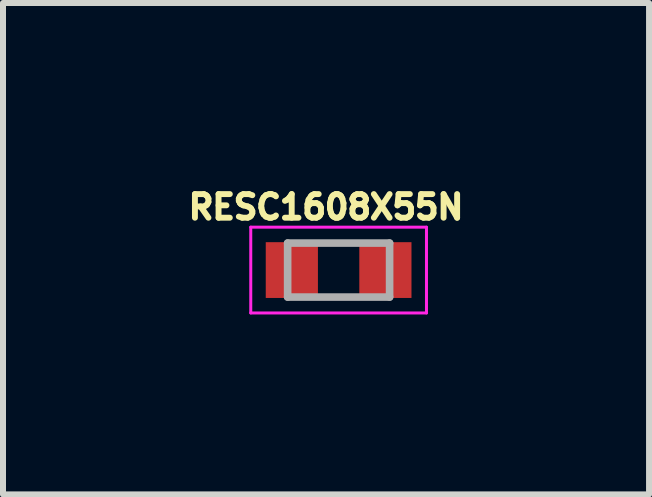
<source format=kicad_pcb>
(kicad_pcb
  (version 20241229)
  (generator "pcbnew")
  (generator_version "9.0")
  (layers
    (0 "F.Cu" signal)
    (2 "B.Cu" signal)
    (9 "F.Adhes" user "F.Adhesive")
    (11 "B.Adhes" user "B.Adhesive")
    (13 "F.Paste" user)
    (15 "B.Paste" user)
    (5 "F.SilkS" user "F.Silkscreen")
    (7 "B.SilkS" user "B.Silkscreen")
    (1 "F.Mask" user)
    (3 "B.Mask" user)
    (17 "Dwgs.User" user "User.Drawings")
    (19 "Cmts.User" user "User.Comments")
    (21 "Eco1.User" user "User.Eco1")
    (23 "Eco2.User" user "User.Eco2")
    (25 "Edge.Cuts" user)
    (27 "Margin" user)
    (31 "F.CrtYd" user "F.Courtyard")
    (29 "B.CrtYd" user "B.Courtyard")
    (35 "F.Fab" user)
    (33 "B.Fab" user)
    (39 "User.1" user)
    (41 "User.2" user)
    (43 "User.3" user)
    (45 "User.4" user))
  (footprint "RESC1608X55N"
    (layer "F.Cu")
    (at 2.596 1.453)
    (property "Reference" "RESC1608X55N" (at -0.21 -1.05 0) (layer "F.SilkS") (effects (font (size 0.394 0.394) (thickness 0.15))))
    (attr smd)
    (fp_line (start -1.465 -0.715) (end 1.465 -0.715) (stroke (width 0.05) (type solid)) (layer "F.CrtYd"))
    (fp_line (start -1.465 0.715) (end -1.465 -0.715) (stroke (width 0.05) (type solid)) (layer "F.CrtYd"))
    (fp_line (start -1.465 0.715) (end 1.465 0.715) (stroke (width 0.05) (type solid)) (layer "F.CrtYd"))
    (fp_line (start 1.465 0.715) (end 1.465 -0.715) (stroke (width 0.05) (type solid)) (layer "F.CrtYd"))
    (fp_line (start -0.85 0.45) (end -0.85 -0.45) (stroke (width 0.127) (type solid)) (layer "F.Fab"))
    (fp_line (start 0.85 -0.45) (end -0.85 -0.45) (stroke (width 0.127) (type solid)) (layer "F.Fab"))
    (fp_line (start 0.85 0.45) (end -0.85 0.45) (stroke (width 0.127) (type solid)) (layer "F.Fab"))
    (fp_line (start 0.85 0.45) (end 0.85 -0.45) (stroke (width 0.127) (type solid)) (layer "F.Fab"))
    (pad "1" smd rect (at -0.78 0) (size 0.87 0.93) (layers "F.Cu" "F.Mask" "F.Paste"))
    (pad "2" smd rect (at 0.78 0) (size 0.87 0.93) (layers "F.Cu" "F.Mask" "F.Paste")))
  (gr_rect
    (start -3 -3)
    (end 7.772 5.193)
    (stroke (width 0.1) (type default))
    (fill no)
    (layer "Edge.Cuts")))
</source>
